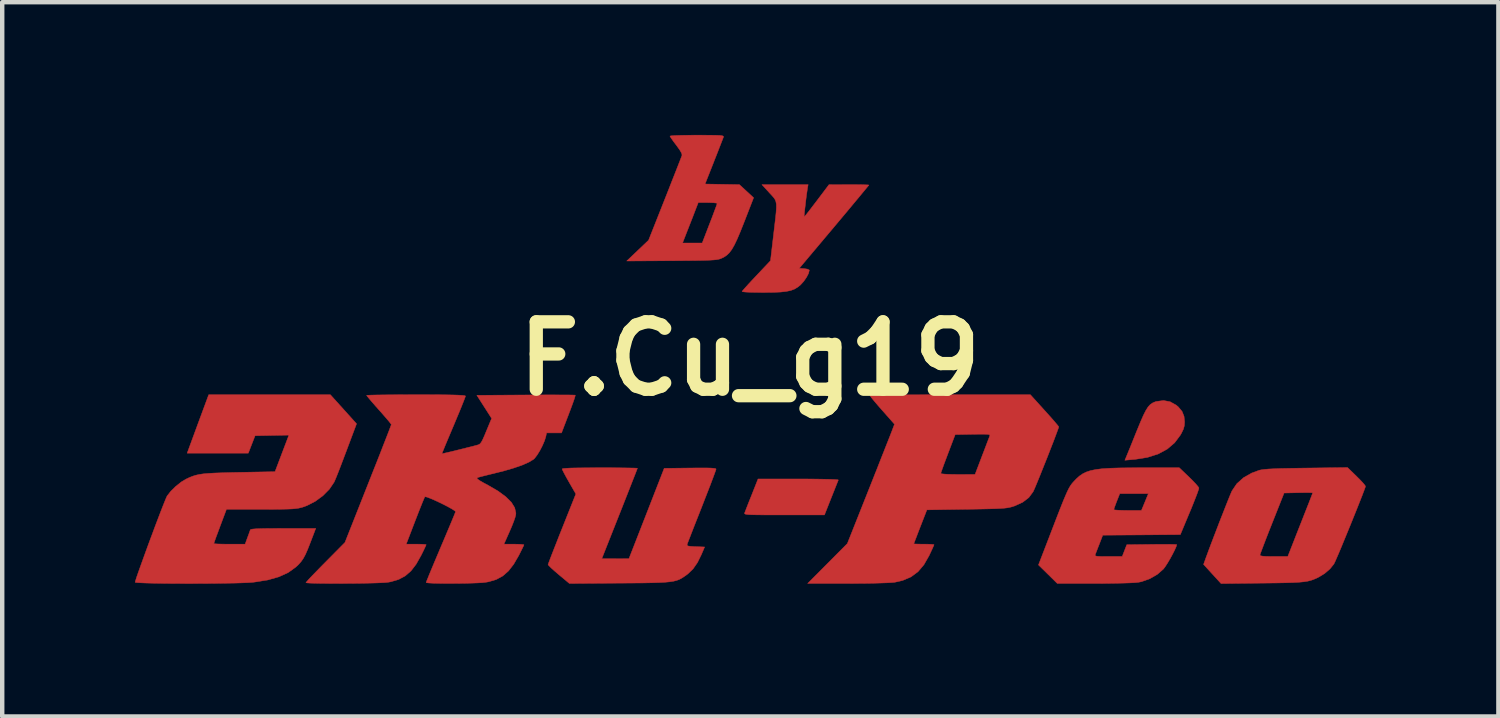
<source format=kicad_pcb>
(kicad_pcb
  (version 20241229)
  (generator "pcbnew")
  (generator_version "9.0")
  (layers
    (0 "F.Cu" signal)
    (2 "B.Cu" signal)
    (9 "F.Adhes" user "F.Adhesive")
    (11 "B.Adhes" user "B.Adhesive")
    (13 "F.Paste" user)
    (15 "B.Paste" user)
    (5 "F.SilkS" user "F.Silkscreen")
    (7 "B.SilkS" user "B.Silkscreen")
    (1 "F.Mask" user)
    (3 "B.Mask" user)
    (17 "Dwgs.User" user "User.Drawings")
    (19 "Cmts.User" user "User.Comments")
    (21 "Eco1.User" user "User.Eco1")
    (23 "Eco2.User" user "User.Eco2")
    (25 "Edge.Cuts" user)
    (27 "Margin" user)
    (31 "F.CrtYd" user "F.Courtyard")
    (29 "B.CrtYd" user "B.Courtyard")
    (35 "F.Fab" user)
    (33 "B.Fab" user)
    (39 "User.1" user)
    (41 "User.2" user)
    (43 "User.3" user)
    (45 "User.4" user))
  (footprint "F.Cu_g19"
    (layer "F.Cu")
    (at 13.899 5.06)
    (property "Reference" "F.Cu_g19" (at 0 0 0) (layer "F.SilkS") (effects (font (size 1.524 1.524) (thickness 0.3))))
    (attr through_hole)
    (fp_poly (pts (xy 1.314 2.718) (xy 1.509 2.72) (xy 1.679 2.723) (xy 1.819 2.726) (xy 1.923 2.731) (xy 1.985 2.735) (xy 2.002 2.74) (xy 1.991 2.77) (xy 1.963 2.839) (xy 1.924 2.938) (xy 1.876 3.059) (xy 1.841 3.146) (xy 1.689 3.53) (xy 0.778 3.53) (xy 0.539 3.53) (xy 0.346 3.53) (xy 0.194 3.529) (xy 0.079 3.527) (xy -0.005 3.524) (xy -0.062 3.519) (xy -0.096 3.513) (xy -0.114 3.505) (xy -0.118 3.495) (xy -0.116 3.486) (xy -0.101 3.448) (xy -0.072 3.372) (xy -0.031 3.267) (xy 0.018 3.144) (xy 0.044 3.08) (xy 0.187 2.718) (xy 1.099 2.718) (xy 1.314 2.718)) (stroke (width 0.01) (type solid)) (fill yes) (layer "F.Cu"))
    (fp_poly (pts (xy 9.503 0.972) (xy 9.64 1.048) (xy 9.686 1.087) (xy 9.772 1.189) (xy 9.817 1.3) (xy 9.83 1.428) (xy 9.824 1.514) (xy 9.803 1.591) (xy 9.76 1.68) (xy 9.735 1.725) (xy 9.604 1.9) (xy 9.437 2.042) (xy 9.234 2.152) (xy 8.993 2.229) (xy 8.712 2.274) (xy 8.674 2.277) (xy 8.48 2.294) (xy 8.521 2.195) (xy 8.543 2.141) (xy 8.581 2.049) (xy 8.63 1.928) (xy 8.687 1.786) (xy 8.748 1.634) (xy 8.757 1.613) (xy 8.834 1.426) (xy 8.898 1.28) (xy 8.953 1.171) (xy 9.003 1.091) (xy 9.053 1.036) (xy 9.106 0.999) (xy 9.166 0.973) (xy 9.19 0.966) (xy 9.353 0.944) (xy 9.503 0.972)) (stroke (width 0.01) (type solid)) (fill yes) (layer "F.Cu"))
    (fp_poly (pts (xy 1.307 -3.867) (xy 1.297 -3.797) (xy 1.283 -3.702) (xy 1.269 -3.591) (xy 1.256 -3.476) (xy 1.243 -3.369) (xy 1.234 -3.281) (xy 1.23 -3.224) (xy 1.23 -3.207) (xy 1.246 -3.224) (xy 1.289 -3.275) (xy 1.351 -3.355) (xy 1.429 -3.457) (xy 1.514 -3.568) (xy 1.791 -3.935) (xy 2.242 -3.936) (xy 2.387 -3.936) (xy 2.512 -3.935) (xy 2.61 -3.932) (xy 2.673 -3.93) (xy 2.692 -3.927) (xy 2.677 -3.906) (xy 2.631 -3.85) (xy 2.559 -3.763) (xy 2.464 -3.648) (xy 2.349 -3.51) (xy 2.217 -3.351) (xy 2.071 -3.177) (xy 1.915 -2.991) (xy 1.906 -2.98) (xy 1.119 -2.045) (xy 1.233 -2.037) (xy 1.305 -2.026) (xy 1.343 -2.007) (xy 1.346 -1.999) (xy 1.328 -1.928) (xy 1.282 -1.84) (xy 1.219 -1.749) (xy 1.149 -1.672) (xy 1.148 -1.671) (xy 1.081 -1.617) (xy 1.009 -1.574) (xy 0.926 -1.543) (xy 0.824 -1.522) (xy 0.696 -1.508) (xy 0.533 -1.501) (xy 0.327 -1.499) (xy 0.298 -1.499) (xy 0.136 -1.5) (xy 0.002 -1.503) (xy -0.098 -1.508) (xy -0.158 -1.515) (xy -0.174 -1.522) (xy -0.154 -1.547) (xy -0.105 -1.603) (xy -0.033 -1.683) (xy 0.057 -1.78) (xy 0.152 -1.881) (xy 0.469 -2.217) (xy 0.538 -2.804) (xy 0.563 -3.017) (xy 0.583 -3.185) (xy 0.596 -3.316) (xy 0.602 -3.417) (xy 0.601 -3.493) (xy 0.591 -3.551) (xy 0.573 -3.598) (xy 0.544 -3.641) (xy 0.505 -3.686) (xy 0.456 -3.739) (xy 0.442 -3.754) (xy 0.275 -3.937) (xy 1.32 -3.937) (xy 1.307 -3.867)) (stroke (width 0.01) (type solid)) (fill yes) (layer "F.Cu"))
    (fp_poly (pts (xy -1 -5.054) (xy -0.854 -5.053) (xy -0.746 -5.051) (xy -0.672 -5.048) (xy -0.626 -5.042) (xy -0.602 -5.034) (xy -0.593 -5.023) (xy -0.595 -5.01) (xy -0.609 -4.974) (xy -0.638 -4.898) (xy -0.68 -4.791) (xy -0.731 -4.659) (xy -0.79 -4.51) (xy -0.81 -4.458) (xy -1.011 -3.95) (xy -0.623 -3.943) (xy -0.234 -3.936) (xy -0.073 -3.788) (xy 0.087 -3.64) (xy -0.128 -3.087) (xy -0.212 -2.876) (xy -0.284 -2.706) (xy -0.347 -2.574) (xy -0.405 -2.472) (xy -0.462 -2.396) (xy -0.521 -2.34) (xy -0.586 -2.296) (xy -0.641 -2.27) (xy -0.672 -2.258) (xy -0.708 -2.248) (xy -0.754 -2.24) (xy -0.815 -2.234) (xy -0.897 -2.229) (xy -1.004 -2.225) (xy -1.142 -2.222) (xy -1.317 -2.22) (xy -1.532 -2.218) (xy -1.765 -2.216) (xy -2.781 -2.21) (xy -2.534 -2.445) (xy -2.354 -2.616) (xy -1.52 -2.616) (xy -1.075 -2.616) (xy -0.906 -3.055) (xy -0.852 -3.194) (xy -0.806 -3.318) (xy -0.769 -3.417) (xy -0.745 -3.484) (xy -0.737 -3.512) (xy -0.76 -3.52) (xy -0.823 -3.527) (xy -0.912 -3.53) (xy -0.95 -3.531) (xy -1.164 -3.531) (xy -1.24 -3.334) (xy -1.283 -3.221) (xy -1.337 -3.084) (xy -1.392 -2.943) (xy -1.418 -2.877) (xy -1.52 -2.616) (xy -2.354 -2.616) (xy -2.287 -2.68) (xy -1.915 -3.619) (xy -1.833 -3.827) (xy -1.757 -4.021) (xy -1.688 -4.196) (xy -1.629 -4.346) (xy -1.582 -4.467) (xy -1.549 -4.552) (xy -1.532 -4.598) (xy -1.531 -4.603) (xy -1.54 -4.645) (xy -1.581 -4.718) (xy -1.649 -4.813) (xy -1.661 -4.829) (xy -1.724 -4.912) (xy -1.772 -4.981) (xy -1.8 -5.024) (xy -1.803 -5.034) (xy -1.779 -5.039) (xy -1.711 -5.045) (xy -1.606 -5.049) (xy -1.471 -5.052) (xy -1.313 -5.054) (xy -1.192 -5.055) (xy -1 -5.054)) (stroke (width 0.01) (type solid)) (fill yes) (layer "F.Cu"))
    (fp_poly (pts (xy -3.189 2.464) (xy -3.004 2.465) (xy -2.842 2.467) (xy -2.709 2.469) (xy -2.611 2.471) (xy -2.553 2.474) (xy -2.54 2.476) (xy -2.549 2.501) (xy -2.575 2.569) (xy -2.616 2.674) (xy -2.67 2.811) (xy -2.735 2.977) (xy -2.809 3.165) (xy -2.89 3.371) (xy -2.943 3.504) (xy -3.346 4.521) (xy -3.038 4.521) (xy -2.731 4.52) (xy -2.332 3.498) (xy -1.934 2.477) (xy -1.348 2.47) (xy -1.154 2.468) (xy -1.006 2.468) (xy -0.897 2.47) (xy -0.825 2.475) (xy -0.782 2.481) (xy -0.763 2.491) (xy -0.762 2.496) (xy -0.771 2.526) (xy -0.797 2.599) (xy -0.837 2.707) (xy -0.889 2.845) (xy -0.952 3.007) (xy -1.023 3.189) (xy -1.082 3.341) (xy -1.158 3.534) (xy -1.229 3.713) (xy -1.291 3.872) (xy -1.343 4.006) (xy -1.383 4.109) (xy -1.408 4.174) (xy -1.415 4.196) (xy -1.416 4.218) (xy -1.395 4.232) (xy -1.345 4.24) (xy -1.256 4.246) (xy -1.224 4.247) (xy -1.02 4.255) (xy -1.095 4.43) (xy -1.184 4.61) (xy -1.283 4.752) (xy -1.4 4.864) (xy -1.44 4.894) (xy -1.495 4.932) (xy -1.545 4.964) (xy -1.597 4.991) (xy -1.655 5.012) (xy -1.724 5.029) (xy -1.808 5.042) (xy -1.913 5.052) (xy -2.043 5.059) (xy -2.205 5.064) (xy -2.402 5.068) (xy -2.639 5.07) (xy -2.922 5.072) (xy -2.946 5.072) (xy -4.077 5.08) (xy -4.318 4.879) (xy -4.41 4.8) (xy -4.486 4.732) (xy -4.538 4.681) (xy -4.559 4.655) (xy -4.559 4.654) (xy -4.55 4.626) (xy -4.524 4.556) (xy -4.484 4.451) (xy -4.431 4.315) (xy -4.368 4.155) (xy -4.298 3.976) (xy -4.245 3.844) (xy -3.931 3.056) (xy -4.086 2.787) (xy -4.146 2.681) (xy -4.195 2.59) (xy -4.229 2.523) (xy -4.242 2.491) (xy -4.242 2.491) (xy -4.219 2.482) (xy -4.15 2.476) (xy -4.035 2.47) (xy -3.871 2.467) (xy -3.659 2.465) (xy -3.396 2.464) (xy -3.391 2.464) (xy -3.189 2.464)) (stroke (width 0.01) (type solid)) (fill yes) (layer "F.Cu"))
    (fp_poly (pts (xy 9.929 2.673) (xy 10.015 2.758) (xy 10.086 2.833) (xy 10.135 2.891) (xy 10.153 2.921) (xy 10.146 2.955) (xy 10.121 3.028) (xy 10.081 3.133) (xy 10.03 3.262) (xy 9.971 3.409) (xy 9.946 3.467) (xy 9.734 3.975) (xy 8.857 3.982) (xy 7.98 3.988) (xy 7.904 4.185) (xy 7.866 4.282) (xy 7.834 4.365) (xy 7.813 4.419) (xy 7.81 4.426) (xy 7.807 4.444) (xy 7.818 4.457) (xy 7.853 4.465) (xy 7.919 4.469) (xy 8.023 4.47) (xy 8.106 4.47) (xy 8.42 4.47) (xy 8.523 4.204) (xy 9.088 4.197) (xy 9.251 4.195) (xy 9.396 4.195) (xy 9.514 4.196) (xy 9.6 4.198) (xy 9.646 4.201) (xy 9.652 4.203) (xy 9.639 4.248) (xy 9.606 4.323) (xy 9.558 4.418) (xy 9.502 4.521) (xy 9.444 4.619) (xy 9.391 4.701) (xy 9.353 4.752) (xy 9.214 4.874) (xy 9.043 4.973) (xy 8.857 5.039) (xy 8.788 5.053) (xy 8.722 5.06) (xy 8.612 5.066) (xy 8.468 5.071) (xy 8.294 5.075) (xy 8.101 5.078) (xy 7.894 5.08) (xy 7.788 5.08) (xy 6.953 5.08) (xy 6.74 4.87) (xy 6.527 4.661) (xy 6.863 3.788) (xy 6.952 3.557) (xy 7.009 3.411) (xy 8.23 3.411) (xy 8.253 3.418) (xy 8.318 3.423) (xy 8.415 3.427) (xy 8.533 3.429) (xy 8.542 3.429) (xy 8.854 3.429) (xy 8.933 3.239) (xy 9.011 3.048) (xy 8.365 3.048) (xy 8.297 3.22) (xy 8.264 3.307) (xy 8.24 3.374) (xy 8.23 3.409) (xy 8.23 3.411) (xy 7.009 3.411) (xy 7.026 3.368) (xy 7.086 3.217) (xy 7.136 3.098) (xy 7.177 3.005) (xy 7.212 2.934) (xy 7.243 2.88) (xy 7.273 2.836) (xy 7.303 2.799) (xy 7.311 2.79) (xy 7.382 2.715) (xy 7.452 2.652) (xy 7.526 2.601) (xy 7.609 2.56) (xy 7.706 2.528) (xy 7.824 2.504) (xy 7.966 2.486) (xy 8.139 2.475) (xy 8.348 2.468) (xy 8.597 2.465) (xy 8.849 2.464) (xy 9.71 2.464) (xy 9.929 2.673)) (stroke (width 0.01) (type solid)) (fill yes) (layer "F.Cu"))
    (fp_poly (pts (xy 13.716 2.656) (xy 13.798 2.738) (xy 13.864 2.809) (xy 13.907 2.861) (xy 13.919 2.883) (xy 13.91 2.916) (xy 13.883 2.988) (xy 13.843 3.094) (xy 13.79 3.228) (xy 13.729 3.382) (xy 13.661 3.551) (xy 13.59 3.728) (xy 13.517 3.906) (xy 13.446 4.078) (xy 13.38 4.239) (xy 13.32 4.382) (xy 13.269 4.5) (xy 13.231 4.587) (xy 13.207 4.636) (xy 13.205 4.64) (xy 13.117 4.75) (xy 12.996 4.854) (xy 12.871 4.931) (xy 12.805 4.964) (xy 12.743 4.99) (xy 12.679 5.012) (xy 12.608 5.029) (xy 12.522 5.042) (xy 12.417 5.052) (xy 12.287 5.059) (xy 12.126 5.064) (xy 11.928 5.068) (xy 11.687 5.071) (xy 11.582 5.072) (xy 10.655 5.082) (xy 10.457 4.866) (xy 10.259 4.649) (xy 10.325 4.464) (xy 10.335 4.439) (xy 11.533 4.439) (xy 11.546 4.453) (xy 11.591 4.462) (xy 11.673 4.468) (xy 11.798 4.47) (xy 11.847 4.47) (xy 12.163 4.47) (xy 12.295 4.134) (xy 12.355 3.98) (xy 12.426 3.8) (xy 12.499 3.615) (xy 12.566 3.444) (xy 12.576 3.419) (xy 12.627 3.29) (xy 12.67 3.179) (xy 12.703 3.094) (xy 12.722 3.042) (xy 12.725 3.031) (xy 12.702 3.028) (xy 12.637 3.026) (xy 12.54 3.026) (xy 12.421 3.028) (xy 12.402 3.028) (xy 12.079 3.035) (xy 11.807 3.721) (xy 11.737 3.897) (xy 11.674 4.059) (xy 11.62 4.2) (xy 11.577 4.314) (xy 11.547 4.394) (xy 11.534 4.435) (xy 11.533 4.439) (xy 10.335 4.439) (xy 10.369 4.345) (xy 10.424 4.199) (xy 10.486 4.036) (xy 10.553 3.862) (xy 10.621 3.684) (xy 10.689 3.512) (xy 10.752 3.351) (xy 10.808 3.21) (xy 10.854 3.096) (xy 10.888 3.016) (xy 10.902 2.985) (xy 11.01 2.825) (xy 11.16 2.69) (xy 11.348 2.583) (xy 11.519 2.52) (xy 11.566 2.51) (xy 11.634 2.501) (xy 11.725 2.493) (xy 11.847 2.487) (xy 12.002 2.481) (xy 12.196 2.477) (xy 12.433 2.473) (xy 12.58 2.471) (xy 13.513 2.459) (xy 13.716 2.656)) (stroke (width 0.01) (type solid)) (fill yes) (layer "F.Cu"))
    (fp_poly (pts (xy -9.185 1.141) (xy -8.889 1.47) (xy -9.119 2.083) (xy -9.184 2.255) (xy -9.245 2.416) (xy -9.3 2.557) (xy -9.346 2.673) (xy -9.38 2.754) (xy -9.396 2.79) (xy -9.503 2.948) (xy -9.649 3.096) (xy -9.822 3.223) (xy -10.011 3.32) (xy -10.102 3.353) (xy -10.153 3.367) (xy -10.205 3.379) (xy -10.265 3.387) (xy -10.339 3.394) (xy -10.434 3.398) (xy -10.556 3.401) (xy -10.713 3.403) (xy -10.909 3.404) (xy -11.049 3.404) (xy -11.83 3.404) (xy -11.973 3.785) (xy -12.021 3.915) (xy -12.063 4.027) (xy -12.094 4.114) (xy -12.112 4.167) (xy -12.116 4.179) (xy -12.092 4.183) (xy -12.026 4.187) (xy -11.928 4.19) (xy -11.807 4.191) (xy -11.762 4.191) (xy -11.408 4.191) (xy -11.355 4.045) (xy -11.324 3.962) (xy -11.301 3.896) (xy -11.29 3.867) (xy -11.275 3.857) (xy -11.235 3.85) (xy -11.164 3.844) (xy -11.059 3.84) (xy -10.916 3.837) (xy -10.73 3.836) (xy -10.545 3.835) (xy -9.811 3.835) (xy -9.932 4.152) (xy -9.993 4.307) (xy -10.044 4.424) (xy -10.092 4.513) (xy -10.142 4.585) (xy -10.2 4.651) (xy -10.264 4.711) (xy -10.434 4.833) (xy -10.646 4.93) (xy -10.901 5.002) (xy -11.199 5.049) (xy -11.251 5.055) (xy -11.342 5.061) (xy -11.469 5.066) (xy -11.627 5.071) (xy -11.81 5.074) (xy -12.012 5.077) (xy -12.228 5.079) (xy -12.452 5.08) (xy -12.679 5.081) (xy -12.902 5.08) (xy -13.116 5.079) (xy -13.315 5.077) (xy -13.494 5.074) (xy -13.647 5.07) (xy -13.768 5.065) (xy -13.851 5.06) (xy -13.891 5.054) (xy -13.894 5.052) (xy -13.885 5.017) (xy -13.861 4.94) (xy -13.823 4.83) (xy -13.773 4.69) (xy -13.715 4.529) (xy -13.651 4.352) (xy -13.583 4.166) (xy -13.512 3.976) (xy -13.443 3.79) (xy -13.376 3.614) (xy -13.315 3.454) (xy -13.261 3.316) (xy -13.217 3.206) (xy -13.186 3.132) (xy -13.171 3.101) (xy -13.087 2.994) (xy -12.974 2.883) (xy -12.851 2.785) (xy -12.744 2.721) (xy -12.668 2.685) (xy -12.596 2.656) (xy -12.523 2.633) (xy -12.442 2.615) (xy -12.347 2.601) (xy -12.231 2.591) (xy -12.087 2.583) (xy -11.909 2.577) (xy -11.691 2.571) (xy -11.544 2.568) (xy -10.732 2.553) (xy -10.575 2.139) (xy -10.418 1.726) (xy -11.183 1.74) (xy -11.336 2.134) (xy -12.718 2.134) (xy -12.475 1.473) (xy -12.231 0.813) (xy -9.481 0.813) (xy -9.185 1.141)) (stroke (width 0.01) (type solid)) (fill yes) (layer "F.Cu"))
    (fp_poly (pts (xy 6.664 1.167) (xy 6.765 1.279) (xy 6.853 1.378) (xy 6.922 1.459) (xy 6.968 1.514) (xy 6.985 1.539) (xy 6.985 1.539) (xy 6.976 1.571) (xy 6.95 1.642) (xy 6.911 1.747) (xy 6.862 1.877) (xy 6.804 2.025) (xy 6.742 2.185) (xy 6.677 2.348) (xy 6.613 2.508) (xy 6.553 2.658) (xy 6.499 2.79) (xy 6.454 2.898) (xy 6.421 2.974) (xy 6.406 3.005) (xy 6.309 3.137) (xy 6.171 3.243) (xy 5.991 3.326) (xy 5.969 3.333) (xy 5.922 3.348) (xy 5.874 3.36) (xy 5.819 3.37) (xy 5.752 3.378) (xy 5.666 3.384) (xy 5.555 3.389) (xy 5.414 3.393) (xy 5.236 3.397) (xy 5.017 3.401) (xy 4.904 3.402) (xy 4.004 3.416) (xy 3.856 3.796) (xy 3.806 3.925) (xy 3.764 4.036) (xy 3.731 4.121) (xy 3.712 4.172) (xy 3.708 4.184) (xy 3.732 4.187) (xy 3.795 4.189) (xy 3.886 4.191) (xy 3.937 4.191) (xy 4.038 4.192) (xy 4.116 4.196) (xy 4.16 4.201) (xy 4.166 4.204) (xy 4.155 4.231) (xy 4.128 4.293) (xy 4.087 4.381) (xy 4.053 4.453) (xy 3.937 4.656) (xy 3.803 4.814) (xy 3.645 4.931) (xy 3.458 5.011) (xy 3.277 5.053) (xy 3.211 5.059) (xy 3.102 5.065) (xy 2.955 5.07) (xy 2.779 5.075) (xy 2.579 5.078) (xy 2.364 5.079) (xy 2.21 5.08) (xy 1.309 5.08) (xy 2.206 4.178) (xy 2.68 2.985) (xy 2.775 2.746) (xy 2.835 2.594) (xy 4.318 2.594) (xy 4.342 2.601) (xy 4.408 2.608) (xy 4.507 2.613) (xy 4.631 2.615) (xy 4.705 2.616) (xy 5.093 2.615) (xy 5.25 2.203) (xy 5.303 2.065) (xy 5.35 1.941) (xy 5.388 1.841) (xy 5.415 1.772) (xy 5.424 1.746) (xy 5.428 1.729) (xy 5.418 1.717) (xy 5.389 1.709) (xy 5.332 1.706) (xy 5.242 1.705) (xy 5.111 1.706) (xy 5.043 1.707) (xy 4.644 1.714) (xy 4.481 2.143) (xy 4.429 2.281) (xy 4.383 2.404) (xy 4.348 2.502) (xy 4.325 2.568) (xy 4.318 2.594) (xy 2.835 2.594) (xy 2.866 2.517) (xy 2.95 2.302) (xy 3.027 2.108) (xy 3.093 1.94) (xy 3.148 1.802) (xy 3.188 1.7) (xy 3.211 1.64) (xy 3.213 1.635) (xy 3.272 1.479) (xy 2.995 1.166) (xy 2.902 1.06) (xy 2.823 0.967) (xy 2.762 0.893) (xy 2.726 0.846) (xy 2.718 0.833) (xy 2.743 0.829) (xy 2.814 0.826) (xy 2.928 0.823) (xy 3.081 0.821) (xy 3.269 0.818) (xy 3.487 0.816) (xy 3.732 0.815) (xy 4 0.814) (xy 4.286 0.813) (xy 4.531 0.813) (xy 6.344 0.813) (xy 6.664 1.167)) (stroke (width 0.01) (type solid)) (fill yes) (layer "F.Cu"))
    (fp_poly (pts (xy -7.261 0.813) (xy -7.025 0.814) (xy -6.834 0.816) (xy -6.684 0.819) (xy -6.571 0.823) (xy -6.493 0.828) (xy -6.446 0.834) (xy -6.427 0.841) (xy -6.426 0.843) (xy -6.436 0.874) (xy -6.463 0.945) (xy -6.504 1.049) (xy -6.558 1.182) (xy -6.622 1.335) (xy -6.692 1.503) (xy -6.693 1.505) (xy -6.763 1.671) (xy -6.827 1.822) (xy -6.881 1.951) (xy -6.922 2.052) (xy -6.95 2.119) (xy -6.96 2.144) (xy -6.96 2.145) (xy -6.936 2.142) (xy -6.872 2.128) (xy -6.776 2.106) (xy -6.655 2.077) (xy -6.519 2.043) (xy -6.375 2.007) (xy -6.233 1.971) (xy -6.169 1.954) (xy -6.129 1.942) (xy -6.098 1.923) (xy -6.07 1.889) (xy -6.039 1.832) (xy -5.999 1.743) (xy -5.956 1.639) (xy -5.835 1.348) (xy -6.002 1.087) (xy -6.169 0.826) (xy -5.062 0.819) (xy -4.83 0.818) (xy -4.613 0.817) (xy -4.419 0.817) (xy -4.25 0.818) (xy -4.113 0.818) (xy -4.014 0.82) (xy -3.956 0.822) (xy -3.944 0.823) (xy -3.949 0.849) (xy -3.969 0.915) (xy -4.003 1.012) (xy -4.048 1.134) (xy -4.094 1.255) (xy -4.255 1.676) (xy -4.593 1.676) (xy -4.61 1.759) (xy -4.639 1.852) (xy -4.686 1.962) (xy -4.744 2.075) (xy -4.806 2.175) (xy -4.863 2.25) (xy -4.887 2.273) (xy -4.991 2.336) (xy -5.14 2.402) (xy -5.329 2.468) (xy -5.551 2.533) (xy -5.733 2.579) (xy -5.868 2.612) (xy -5.988 2.642) (xy -6.083 2.666) (xy -6.143 2.683) (xy -6.156 2.688) (xy -6.167 2.701) (xy -6.15 2.722) (xy -6.101 2.757) (xy -6.014 2.807) (xy -5.918 2.858) (xy -5.692 2.99) (xy -5.516 3.119) (xy -5.39 3.244) (xy -5.314 3.367) (xy -5.287 3.487) (xy -5.29 3.529) (xy -5.305 3.588) (xy -5.337 3.68) (xy -5.381 3.792) (xy -5.43 3.905) (xy -5.557 4.191) (xy -5.331 4.191) (xy -5.231 4.193) (xy -5.154 4.197) (xy -5.111 4.203) (xy -5.105 4.206) (xy -5.116 4.234) (xy -5.146 4.296) (xy -5.189 4.382) (xy -5.221 4.446) (xy -5.336 4.644) (xy -5.454 4.797) (xy -5.583 4.91) (xy -5.73 4.99) (xy -5.901 5.041) (xy -5.969 5.053) (xy -6.04 5.061) (xy -6.145 5.067) (xy -6.276 5.072) (xy -6.425 5.076) (xy -6.585 5.078) (xy -6.746 5.079) (xy -6.901 5.079) (xy -7.043 5.077) (xy -7.163 5.074) (xy -7.253 5.069) (xy -7.305 5.063) (xy -7.315 5.058) (xy -7.306 5.03) (xy -7.278 4.961) (xy -7.236 4.857) (xy -7.18 4.723) (xy -7.114 4.565) (xy -7.039 4.388) (xy -6.987 4.264) (xy -6.908 4.078) (xy -6.835 3.905) (xy -6.771 3.753) (xy -6.718 3.626) (xy -6.679 3.531) (xy -6.656 3.473) (xy -6.65 3.458) (xy -6.669 3.436) (xy -6.725 3.4) (xy -6.808 3.353) (xy -6.909 3.3) (xy -7.018 3.247) (xy -7.125 3.197) (xy -7.221 3.156) (xy -7.295 3.128) (xy -7.339 3.119) (xy -7.345 3.12) (xy -7.358 3.148) (xy -7.387 3.216) (xy -7.428 3.317) (xy -7.479 3.445) (xy -7.536 3.592) (xy -7.564 3.664) (xy -7.766 4.191) (xy -7.541 4.191) (xy -7.441 4.192) (xy -7.364 4.196) (xy -7.32 4.201) (xy -7.315 4.204) (xy -7.326 4.231) (xy -7.355 4.293) (xy -7.397 4.38) (xy -7.431 4.448) (xy -7.542 4.645) (xy -7.659 4.797) (xy -7.788 4.909) (xy -7.937 4.989) (xy -8.112 5.041) (xy -8.18 5.053) (xy -8.241 5.059) (xy -8.34 5.064) (xy -8.471 5.069) (xy -8.627 5.073) (xy -8.8 5.076) (xy -8.984 5.078) (xy -9.172 5.079) (xy -9.358 5.08) (xy -9.534 5.079) (xy -9.694 5.078) (xy -9.83 5.075) (xy -9.937 5.072) (xy -10.007 5.067) (xy -10.033 5.061) (xy -10.033 5.061) (xy -10.016 5.039) (xy -9.968 4.985) (xy -9.893 4.906) (xy -9.797 4.807) (xy -9.685 4.692) (xy -9.592 4.598) (xy -9.151 4.153) (xy -8.627 2.829) (xy -8.53 2.583) (xy -8.438 2.352) (xy -8.354 2.139) (xy -8.28 1.948) (xy -8.216 1.785) (xy -8.165 1.653) (xy -8.128 1.556) (xy -8.107 1.5) (xy -8.103 1.487) (xy -8.119 1.463) (xy -8.163 1.407) (xy -8.231 1.328) (xy -8.315 1.231) (xy -8.382 1.156) (xy -8.475 1.051) (xy -8.555 0.959) (xy -8.616 0.886) (xy -8.653 0.841) (xy -8.661 0.828) (xy -8.637 0.825) (xy -8.567 0.822) (xy -8.456 0.819) (xy -8.31 0.817) (xy -8.133 0.815) (xy -7.932 0.814) (xy -7.71 0.813) (xy -7.544 0.813) (xy -7.261 0.813)) (stroke (width 0.01) (type solid)) (fill yes) (layer "F.Cu")))
  (gr_rect
    (start -3 -3)
    (end 30.823 13.147)
    (stroke (width 0.1) (type default))
    (fill no)
    (layer "Edge.Cuts")))
</source>
